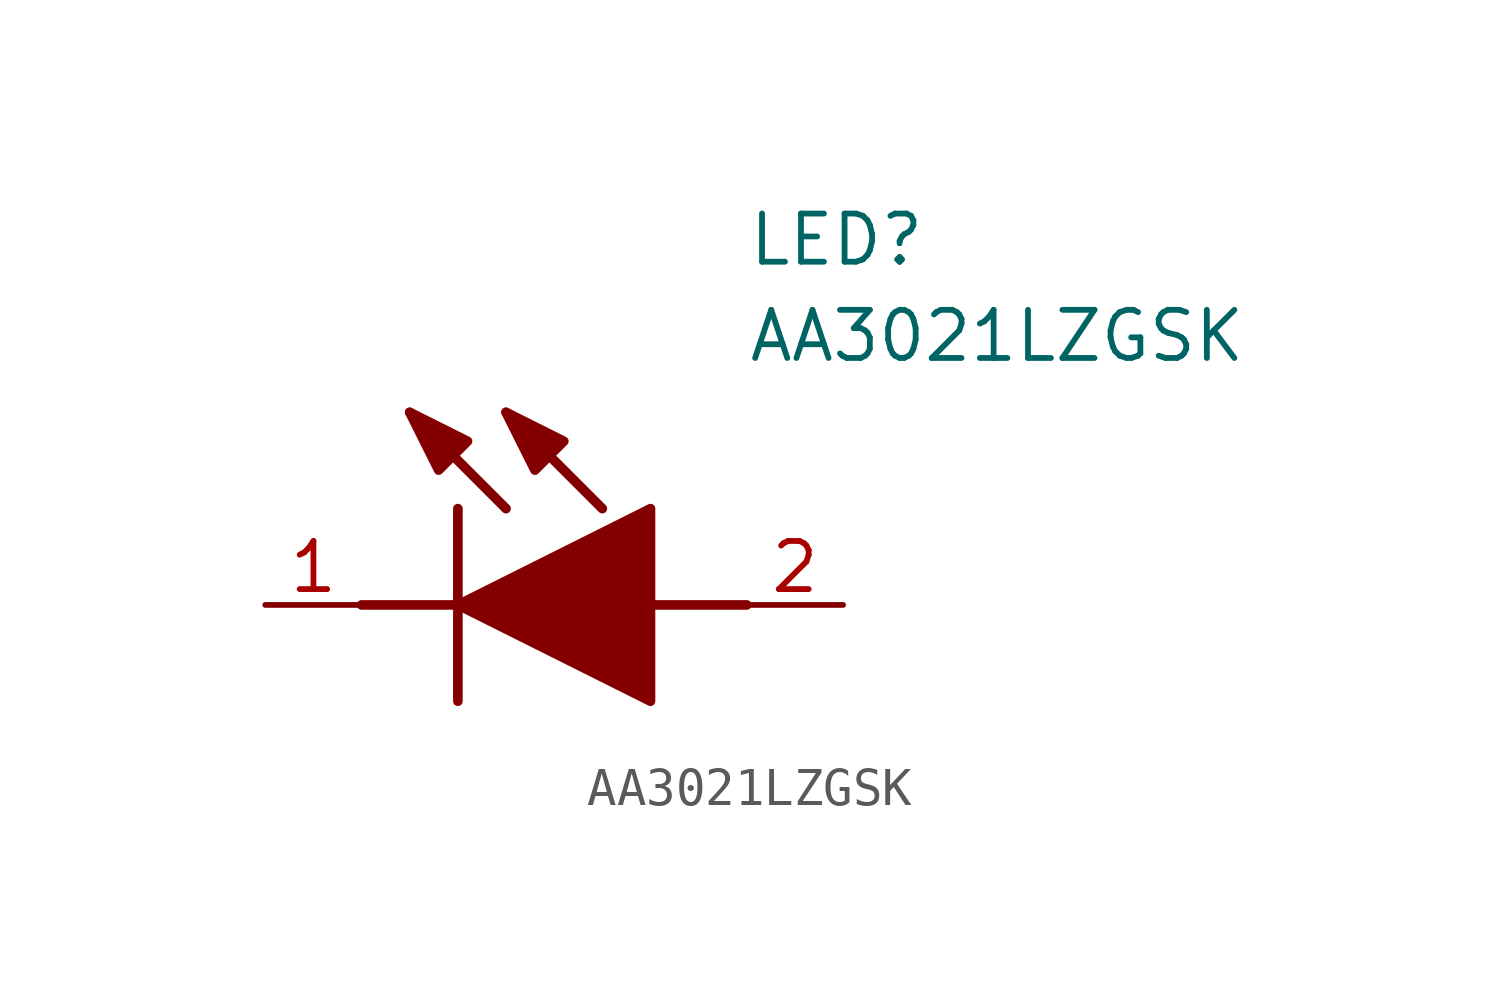
<source format=kicad_sym>
(kicad_symbol_lib
  (version 20211014)
  (generator SamacSys_ECAD_Model)
  (symbol "AA3021LZGSK"
    (pin_names hide)
    (property "Reference" "LED"
      (at 12.7 8.89 0)
      (effects (font (size 1.27 1.27)) (justify left bottom)))
    (property "Value" "AA3021LZGSK"
      (at 12.7 6.35 0)
      (effects (font (size 1.27 1.27)) (justify left bottom)))
    (polyline
      (pts (xy 5.08 2.54) (xy 5.08 -2.54))
      (stroke (width 0.254) (type default))
      (fill (type none)))
    (polyline
      (pts (xy 6.35 2.54) (xy 3.81 5.08))
      (stroke (width 0.254) (type default))
      (fill (type none)))
    (polyline
      (pts (xy 8.89 2.54) (xy 6.35 5.08))
      (stroke (width 0.254) (type default))
      (fill (type none)))
    (polyline
      (pts (xy 2.54 0) (xy 5.08 0))
      (stroke (width 0.254) (type default))
      (fill (type none)))
    (polyline
      (pts (xy 10.16 0) (xy 12.7 0))
      (stroke (width 0.254) (type default))
      (fill (type none)))
    (polyline
      (pts (xy 5.08 0) (xy 10.16 2.54) (xy 10.16 -2.54) (xy 5.08 0))
      (stroke (width 0.254) (type default))
      (fill (type outline)))
    (polyline
      (pts (xy 5.334 4.318) (xy 4.572 3.556) (xy 3.81 5.08) (xy 5.334 4.318))
      (stroke (width 0.254) (type default))
      (fill (type outline)))
    (polyline
      (pts (xy 7.874 4.318) (xy 7.112 3.556) (xy 6.35 5.08) (xy 7.874 4.318))
      (stroke (width 0.254) (type default))
      (fill (type outline)))
    (pin passive line
      (at 0 0 0)
      (length 2.54)
      (name "K" (effects (font (size 1.27 1.27))))
      (number "1" (effects (font (size 1.27 1.27)))))
    (pin passive line
      (at 15.24 0 180)
      (length 2.54)
      (name "A" (effects (font (size 1.27 1.27))))
      (number "2" (effects (font (size 1.27 1.27)))))))
</source>
